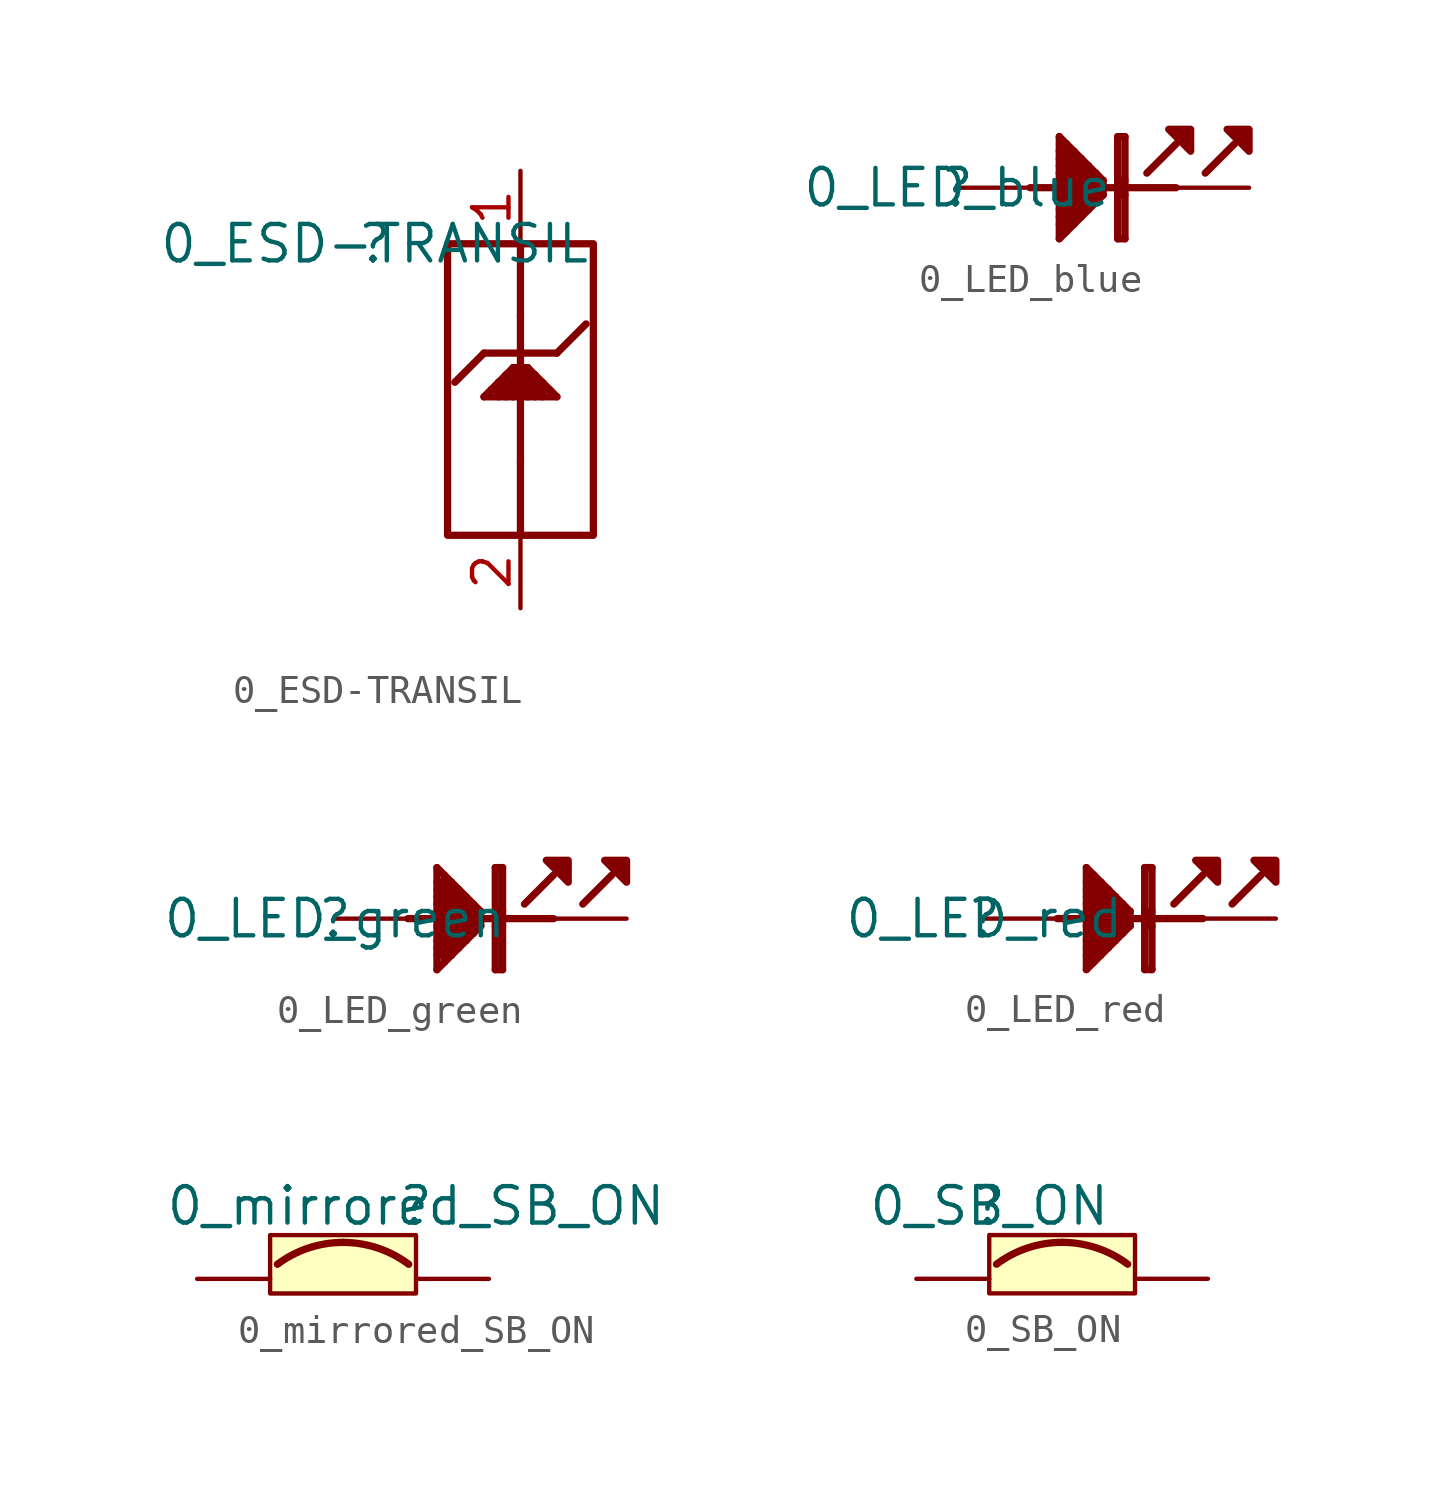
<source format=kicad_sym>
(kicad_symbol_lib
  (version 20211014)
  (generator kicad_symbol_editor)
  (symbol "0_ESD-TRANSIL"
    (property "Reference" ""
      (at 0 0 0)
      (effects (font (size 1.27 1.27))))
    (property "Value" "0_ESD-TRANSIL"
      (at 0 0 0)
      (effects (font (size 1.27 1.27))))
    (symbol "0_ESD-TRANSIL_1_0"
      (polyline (pts (xy 3.81 -5.334) (xy 4.826 -4.318)) (stroke (width 0.254) (type default) (color 0 0 0 0)) (fill (type none)))
      (polyline (pts (xy 3.81 -5.334) (xy 6.35 -5.334)) (stroke (width 0.254) (type default) (color 0 0 0 0)) (fill (type none)))
      (polyline (pts (xy 3.81 -3.81) (xy 2.794 -4.826)) (stroke (width 0.254) (type default) (color 0 0 0 0)) (fill (type none)))
      (polyline (pts (xy 3.81 -3.81) (xy 6.35 -3.81)) (stroke (width 0.254) (type default) (color 0 0 0 0)) (fill (type none)))
      (polyline (pts (xy 4.064 -5.08) (xy 6.096 -5.08)) (stroke (width 0.254) (type default) (color 0 0 0 0)) (fill (type none)))
      (polyline (pts (xy 4.318 -5.334) (xy 4.318 -4.826)) (stroke (width 0.254) (type default) (color 0 0 0 0)) (fill (type none)))
      (polyline (pts (xy 4.318 -4.826) (xy 5.842 -4.826)) (stroke (width 0.254) (type default) (color 0 0 0 0)) (fill (type none)))
      (polyline (pts (xy 4.572 -5.334) (xy 4.572 -4.572)) (stroke (width 0.254) (type default) (color 0 0 0 0)) (fill (type none)))
      (polyline (pts (xy 4.572 -4.572) (xy 5.588 -4.572)) (stroke (width 0.254) (type default) (color 0 0 0 0)) (fill (type none)))
      (polyline (pts (xy 4.826 -5.334) (xy 4.826 -4.318)) (stroke (width 0.254) (type default) (color 0 0 0 0)) (fill (type none)))
      (polyline (pts (xy 4.826 -4.318) (xy 5.334 -4.318)) (stroke (width 0.254) (type default) (color 0 0 0 0)) (fill (type none)))
      (polyline (pts (xy 5.08 -10.16) (xy 5.08 -7.62)) (stroke (width 0.254) (type default) (color 0 0 0 0)) (fill (type none)))
      (polyline (pts (xy 5.08 -7.62) (xy 5.08 -2.54)) (stroke (width 0.254) (type default) (color 0 0 0 0)) (fill (type none)))
      (polyline (pts (xy 5.08 -2.54) (xy 5.08 0)) (stroke (width 0.254) (type default) (color 0 0 0 0)) (fill (type none)))
      (polyline (pts (xy 5.334 -5.334) (xy 5.334 -4.318)) (stroke (width 0.254) (type default) (color 0 0 0 0)) (fill (type none)))
      (polyline (pts (xy 5.334 -4.318) (xy 6.35 -5.334)) (stroke (width 0.254) (type default) (color 0 0 0 0)) (fill (type none)))
      (polyline (pts (xy 5.588 -5.334) (xy 5.588 -4.572)) (stroke (width 0.254) (type default) (color 0 0 0 0)) (fill (type none)))
      (polyline (pts (xy 5.842 -5.334) (xy 5.842 -4.826)) (stroke (width 0.254) (type default) (color 0 0 0 0)) (fill (type none)))
      (polyline (pts (xy 6.35 -3.81) (xy 7.366 -2.794)) (stroke (width 0.254) (type default) (color 0 0 0 0)) (fill (type none)))
      (rectangle (start 7.62 0) (end 2.54 -10.16) (stroke (width 0.254) (type default) (color 0 0 0 0)) (fill (type none)))
      (pin passive line (at 5.08 2.54 270) (length 2.54) (name "IO1" (effects (font (size 0 0)))) (number "1" (effects (font (size 1.27 1.27)))))
      (pin passive line (at 5.08 -12.7 90) (length 2.54) (name "GND" (effects (font (size 0 0)))) (number "2" (effects (font (size 1.27 1.27)))))))
  (symbol "0_LED_blue"
    (property "Reference" ""
      (at 0 0 0)
      (effects (font (size 1.27 1.27))))
    (property "Value" "0_LED_blue"
      (at 0 0 0)
      (effects (font (size 1.27 1.27))))
    (symbol "0_LED_blue_1_0"
      (polyline (pts (xy 2.54 0) (xy 7.62 0)) (stroke (width 0.254) (type default) (color 0 0 0 0)) (fill (type none)))
      (polyline (pts (xy 3.556 -1.27) (xy 4.064 -1.27)) (stroke (width 0.254) (type default) (color 0 0 0 0)) (fill (type none)))
      (polyline (pts (xy 3.556 -1.016) (xy 4.318 -1.016)) (stroke (width 0.254) (type default) (color 0 0 0 0)) (fill (type none)))
      (polyline (pts (xy 3.556 -0.762) (xy 4.572 -0.762)) (stroke (width 0.254) (type default) (color 0 0 0 0)) (fill (type none)))
      (polyline (pts (xy 3.556 -0.508) (xy 4.826 -0.508)) (stroke (width 0.254) (type default) (color 0 0 0 0)) (fill (type none)))
      (polyline (pts (xy 3.556 -0.254) (xy 5.08 -0.254)) (stroke (width 0.254) (type default) (color 0 0 0 0)) (fill (type none)))
      (polyline (pts (xy 3.556 0.254) (xy 5.08 0.254)) (stroke (width 0.254) (type default) (color 0 0 0 0)) (fill (type none)))
      (polyline (pts (xy 3.556 0.508) (xy 4.826 0.508)) (stroke (width 0.254) (type default) (color 0 0 0 0)) (fill (type none)))
      (polyline (pts (xy 3.556 0.762) (xy 4.572 0.762)) (stroke (width 0.254) (type default) (color 0 0 0 0)) (fill (type none)))
      (polyline (pts (xy 3.556 1.016) (xy 4.318 1.016)) (stroke (width 0.254) (type default) (color 0 0 0 0)) (fill (type none)))
      (polyline (pts (xy 3.556 1.27) (xy 4.064 1.27)) (stroke (width 0.254) (type default) (color 0 0 0 0)) (fill (type none)))
      (polyline (pts (xy 3.556 1.778) (xy 3.556 -1.778)) (stroke (width 0.254) (type default) (color 0 0 0 0)) (fill (type none)))
      (polyline (pts (xy 3.556 1.778) (xy 5.08 0.254)) (stroke (width 0.254) (type default) (color 0 0 0 0)) (fill (type none)))
      (polyline (pts (xy 3.81 1.524) (xy 3.81 -1.524)) (stroke (width 0.254) (type default) (color 0 0 0 0)) (fill (type none)))
      (polyline (pts (xy 4.064 1.27) (xy 4.064 -1.27)) (stroke (width 0.254) (type default) (color 0 0 0 0)) (fill (type none)))
      (polyline (pts (xy 4.318 1.016) (xy 4.318 -1.016)) (stroke (width 0.254) (type default) (color 0 0 0 0)) (fill (type none)))
      (polyline (pts (xy 4.572 0.762) (xy 4.572 -0.762)) (stroke (width 0.254) (type default) (color 0 0 0 0)) (fill (type none)))
      (polyline (pts (xy 4.826 0.508) (xy 4.826 -0.508)) (stroke (width 0.254) (type default) (color 0 0 0 0)) (fill (type none)))
      (polyline (pts (xy 5.08 -0.254) (xy 3.556 -1.778)) (stroke (width 0.254) (type default) (color 0 0 0 0)) (fill (type none)))
      (polyline (pts (xy 5.08 0.254) (xy 5.08 -0.254)) (stroke (width 0.254) (type default) (color 0 0 0 0)) (fill (type none)))
      (polyline (pts (xy 5.588 -1.778) (xy 5.842 -1.778)) (stroke (width 0.254) (type default) (color 0 0 0 0)) (fill (type none)))
      (polyline (pts (xy 5.588 -0.254) (xy 5.842 -0.254)) (stroke (width 0.254) (type default) (color 0 0 0 0)) (fill (type none)))
      (polyline (pts (xy 5.588 0.254) (xy 5.842 0.254)) (stroke (width 0.254) (type default) (color 0 0 0 0)) (fill (type none)))
      (polyline (pts (xy 5.588 1.778) (xy 5.588 -1.778)) (stroke (width 0.254) (type default) (color 0 0 0 0)) (fill (type none)))
      (polyline (pts (xy 5.588 1.778) (xy 5.842 1.778)) (stroke (width 0.254) (type default) (color 0 0 0 0)) (fill (type none)))
      (polyline (pts (xy 5.842 1.778) (xy 5.842 -1.778)) (stroke (width 0.254) (type default) (color 0 0 0 0)) (fill (type none)))
      (polyline (pts (xy 6.604 0.508) (xy 7.62 1.524)) (stroke (width 0.254) (type default) (color 0 0 0 0)) (fill (type none)))
      (polyline (pts (xy 8.636 0.508) (xy 9.652 1.524)) (stroke (width 0.254) (type default) (color 0 0 0 0)) (fill (type none)))
      (polyline (pts (xy 7.366 2.032) (xy 8.128 2.032) (xy 8.128 1.27) (xy 7.366 2.032)) (stroke (width 0.254) (type default) (color 0 0 0 0)) (fill (type outline)))
      (polyline (pts (xy 9.398 2.032) (xy 10.16 2.032) (xy 10.16 1.27) (xy 9.398 2.032)) (stroke (width 0.254) (type default) (color 0 0 0 0)) (fill (type outline)))
      (pin passive line (at 0 0 0) (length 2.54) (name "" (effects (font (size 0 0)))) (number "1" (effects (font (size 0 0)))))
      (pin passive line (at 10.16 0 180) (length 2.54) (name "" (effects (font (size 0 0)))) (number "2" (effects (font (size 0 0)))))))
  (symbol "0_LED_green"
    (property "Reference" ""
      (at 0 0 0)
      (effects (font (size 1.27 1.27))))
    (property "Value" "0_LED_green"
      (at 0 0 0)
      (effects (font (size 1.27 1.27))))
    (symbol "0_LED_green_1_0"
      (polyline (pts (xy 2.54 0) (xy 7.62 0)) (stroke (width 0.254) (type default) (color 0 0 0 0)) (fill (type none)))
      (polyline (pts (xy 3.556 -1.27) (xy 4.064 -1.27)) (stroke (width 0.254) (type default) (color 0 0 0 0)) (fill (type none)))
      (polyline (pts (xy 3.556 -1.016) (xy 4.318 -1.016)) (stroke (width 0.254) (type default) (color 0 0 0 0)) (fill (type none)))
      (polyline (pts (xy 3.556 -0.762) (xy 4.572 -0.762)) (stroke (width 0.254) (type default) (color 0 0 0 0)) (fill (type none)))
      (polyline (pts (xy 3.556 -0.508) (xy 4.826 -0.508)) (stroke (width 0.254) (type default) (color 0 0 0 0)) (fill (type none)))
      (polyline (pts (xy 3.556 -0.254) (xy 5.08 -0.254)) (stroke (width 0.254) (type default) (color 0 0 0 0)) (fill (type none)))
      (polyline (pts (xy 3.556 0.254) (xy 5.08 0.254)) (stroke (width 0.254) (type default) (color 0 0 0 0)) (fill (type none)))
      (polyline (pts (xy 3.556 0.508) (xy 4.826 0.508)) (stroke (width 0.254) (type default) (color 0 0 0 0)) (fill (type none)))
      (polyline (pts (xy 3.556 0.762) (xy 4.572 0.762)) (stroke (width 0.254) (type default) (color 0 0 0 0)) (fill (type none)))
      (polyline (pts (xy 3.556 1.016) (xy 4.318 1.016)) (stroke (width 0.254) (type default) (color 0 0 0 0)) (fill (type none)))
      (polyline (pts (xy 3.556 1.27) (xy 4.064 1.27)) (stroke (width 0.254) (type default) (color 0 0 0 0)) (fill (type none)))
      (polyline (pts (xy 3.556 1.778) (xy 3.556 -1.778)) (stroke (width 0.254) (type default) (color 0 0 0 0)) (fill (type none)))
      (polyline (pts (xy 3.556 1.778) (xy 5.08 0.254)) (stroke (width 0.254) (type default) (color 0 0 0 0)) (fill (type none)))
      (polyline (pts (xy 3.81 1.524) (xy 3.81 -1.524)) (stroke (width 0.254) (type default) (color 0 0 0 0)) (fill (type none)))
      (polyline (pts (xy 4.064 1.27) (xy 4.064 -1.27)) (stroke (width 0.254) (type default) (color 0 0 0 0)) (fill (type none)))
      (polyline (pts (xy 4.318 1.016) (xy 4.318 -1.016)) (stroke (width 0.254) (type default) (color 0 0 0 0)) (fill (type none)))
      (polyline (pts (xy 4.572 0.762) (xy 4.572 -0.762)) (stroke (width 0.254) (type default) (color 0 0 0 0)) (fill (type none)))
      (polyline (pts (xy 4.826 0.508) (xy 4.826 -0.508)) (stroke (width 0.254) (type default) (color 0 0 0 0)) (fill (type none)))
      (polyline (pts (xy 5.08 -0.254) (xy 3.556 -1.778)) (stroke (width 0.254) (type default) (color 0 0 0 0)) (fill (type none)))
      (polyline (pts (xy 5.08 0.254) (xy 5.08 -0.254)) (stroke (width 0.254) (type default) (color 0 0 0 0)) (fill (type none)))
      (polyline (pts (xy 5.588 -1.778) (xy 5.842 -1.778)) (stroke (width 0.254) (type default) (color 0 0 0 0)) (fill (type none)))
      (polyline (pts (xy 5.588 -0.254) (xy 5.842 -0.254)) (stroke (width 0.254) (type default) (color 0 0 0 0)) (fill (type none)))
      (polyline (pts (xy 5.588 0.254) (xy 5.842 0.254)) (stroke (width 0.254) (type default) (color 0 0 0 0)) (fill (type none)))
      (polyline (pts (xy 5.588 1.778) (xy 5.588 -1.778)) (stroke (width 0.254) (type default) (color 0 0 0 0)) (fill (type none)))
      (polyline (pts (xy 5.588 1.778) (xy 5.842 1.778)) (stroke (width 0.254) (type default) (color 0 0 0 0)) (fill (type none)))
      (polyline (pts (xy 5.842 1.778) (xy 5.842 -1.778)) (stroke (width 0.254) (type default) (color 0 0 0 0)) (fill (type none)))
      (polyline (pts (xy 6.604 0.508) (xy 7.62 1.524)) (stroke (width 0.254) (type default) (color 0 0 0 0)) (fill (type none)))
      (polyline (pts (xy 8.636 0.508) (xy 9.652 1.524)) (stroke (width 0.254) (type default) (color 0 0 0 0)) (fill (type none)))
      (polyline (pts (xy 7.366 2.032) (xy 8.128 2.032) (xy 8.128 1.27) (xy 7.366 2.032)) (stroke (width 0.254) (type default) (color 0 0 0 0)) (fill (type outline)))
      (polyline (pts (xy 9.398 2.032) (xy 10.16 2.032) (xy 10.16 1.27) (xy 9.398 2.032)) (stroke (width 0.254) (type default) (color 0 0 0 0)) (fill (type outline)))
      (pin passive line (at 0 0 0) (length 2.54) (name "" (effects (font (size 0 0)))) (number "1" (effects (font (size 0 0)))))
      (pin passive line (at 10.16 0 180) (length 2.54) (name "" (effects (font (size 0 0)))) (number "2" (effects (font (size 0 0)))))))
  (symbol "0_LED_red"
    (property "Reference" ""
      (at 0 0 0)
      (effects (font (size 1.27 1.27))))
    (property "Value" "0_LED_red"
      (at 0 0 0)
      (effects (font (size 1.27 1.27))))
    (symbol "0_LED_red_1_0"
      (polyline (pts (xy 2.54 0) (xy 7.62 0)) (stroke (width 0.254) (type default) (color 0 0 0 0)) (fill (type none)))
      (polyline (pts (xy 3.556 -1.27) (xy 4.064 -1.27)) (stroke (width 0.254) (type default) (color 0 0 0 0)) (fill (type none)))
      (polyline (pts (xy 3.556 -1.016) (xy 4.318 -1.016)) (stroke (width 0.254) (type default) (color 0 0 0 0)) (fill (type none)))
      (polyline (pts (xy 3.556 -0.762) (xy 4.572 -0.762)) (stroke (width 0.254) (type default) (color 0 0 0 0)) (fill (type none)))
      (polyline (pts (xy 3.556 -0.508) (xy 4.826 -0.508)) (stroke (width 0.254) (type default) (color 0 0 0 0)) (fill (type none)))
      (polyline (pts (xy 3.556 -0.254) (xy 5.08 -0.254)) (stroke (width 0.254) (type default) (color 0 0 0 0)) (fill (type none)))
      (polyline (pts (xy 3.556 0.254) (xy 5.08 0.254)) (stroke (width 0.254) (type default) (color 0 0 0 0)) (fill (type none)))
      (polyline (pts (xy 3.556 0.508) (xy 4.826 0.508)) (stroke (width 0.254) (type default) (color 0 0 0 0)) (fill (type none)))
      (polyline (pts (xy 3.556 0.762) (xy 4.572 0.762)) (stroke (width 0.254) (type default) (color 0 0 0 0)) (fill (type none)))
      (polyline (pts (xy 3.556 1.016) (xy 4.318 1.016)) (stroke (width 0.254) (type default) (color 0 0 0 0)) (fill (type none)))
      (polyline (pts (xy 3.556 1.27) (xy 4.064 1.27)) (stroke (width 0.254) (type default) (color 0 0 0 0)) (fill (type none)))
      (polyline (pts (xy 3.556 1.778) (xy 3.556 -1.778)) (stroke (width 0.254) (type default) (color 0 0 0 0)) (fill (type none)))
      (polyline (pts (xy 3.556 1.778) (xy 5.08 0.254)) (stroke (width 0.254) (type default) (color 0 0 0 0)) (fill (type none)))
      (polyline (pts (xy 3.81 1.524) (xy 3.81 -1.524)) (stroke (width 0.254) (type default) (color 0 0 0 0)) (fill (type none)))
      (polyline (pts (xy 4.064 1.27) (xy 4.064 -1.27)) (stroke (width 0.254) (type default) (color 0 0 0 0)) (fill (type none)))
      (polyline (pts (xy 4.318 1.016) (xy 4.318 -1.016)) (stroke (width 0.254) (type default) (color 0 0 0 0)) (fill (type none)))
      (polyline (pts (xy 4.572 0.762) (xy 4.572 -0.762)) (stroke (width 0.254) (type default) (color 0 0 0 0)) (fill (type none)))
      (polyline (pts (xy 4.826 0.508) (xy 4.826 -0.508)) (stroke (width 0.254) (type default) (color 0 0 0 0)) (fill (type none)))
      (polyline (pts (xy 5.08 -0.254) (xy 3.556 -1.778)) (stroke (width 0.254) (type default) (color 0 0 0 0)) (fill (type none)))
      (polyline (pts (xy 5.08 0.254) (xy 5.08 -0.254)) (stroke (width 0.254) (type default) (color 0 0 0 0)) (fill (type none)))
      (polyline (pts (xy 5.588 -1.778) (xy 5.842 -1.778)) (stroke (width 0.254) (type default) (color 0 0 0 0)) (fill (type none)))
      (polyline (pts (xy 5.588 -0.254) (xy 5.842 -0.254)) (stroke (width 0.254) (type default) (color 0 0 0 0)) (fill (type none)))
      (polyline (pts (xy 5.588 0.254) (xy 5.842 0.254)) (stroke (width 0.254) (type default) (color 0 0 0 0)) (fill (type none)))
      (polyline (pts (xy 5.588 1.778) (xy 5.588 -1.778)) (stroke (width 0.254) (type default) (color 0 0 0 0)) (fill (type none)))
      (polyline (pts (xy 5.588 1.778) (xy 5.842 1.778)) (stroke (width 0.254) (type default) (color 0 0 0 0)) (fill (type none)))
      (polyline (pts (xy 5.842 1.778) (xy 5.842 -1.778)) (stroke (width 0.254) (type default) (color 0 0 0 0)) (fill (type none)))
      (polyline (pts (xy 6.604 0.508) (xy 7.62 1.524)) (stroke (width 0.254) (type default) (color 0 0 0 0)) (fill (type none)))
      (polyline (pts (xy 8.636 0.508) (xy 9.652 1.524)) (stroke (width 0.254) (type default) (color 0 0 0 0)) (fill (type none)))
      (polyline (pts (xy 7.366 2.032) (xy 8.128 2.032) (xy 8.128 1.27) (xy 7.366 2.032)) (stroke (width 0.254) (type default) (color 0 0 0 0)) (fill (type outline)))
      (polyline (pts (xy 9.398 2.032) (xy 10.16 2.032) (xy 10.16 1.27) (xy 9.398 2.032)) (stroke (width 0.254) (type default) (color 0 0 0 0)) (fill (type outline)))
      (pin passive line (at 0 0 0) (length 2.54) (name "" (effects (font (size 0 0)))) (number "1" (effects (font (size 0 0)))))
      (pin passive line (at 10.16 0 180) (length 2.54) (name "" (effects (font (size 0 0)))) (number "2" (effects (font (size 0 0)))))))
  (symbol "0_mirrored_SB_ON"
    (property "Reference" ""
      (at 0 0 0)
      (effects (font (size 1.27 1.27))))
    (property "Value" "0_mirrored_SB_ON"
      (at 0 0 0)
      (effects (font (size 1.27 1.27))))
    (symbol "0_mirrored_SB_ON_1_0"
      (arc (start -2.54 -1.27) (mid -3.7448 -1.4655) (end -4.826 -2.032) (stroke (width 0.254) (type default) (color 0 0 0 0)) (fill (type none)))
      (arc (start -0.254 -2.032) (mid -1.3352 -1.4655) (end -2.54 -1.27) (stroke (width 0.254) (type default) (color 0 0 0 0)) (fill (type none)))
      (rectangle (start 0 -1.016) (end -5.08 -3.048) (stroke (width 0) (type default) (color 0 0 0 0)) (fill (type background)))
      (pin passive line (at 2.54 -2.54 180) (length 2.54) (name "1" (effects (font (size 0 0)))) (number "1" (effects (font (size 0 0)))))
      (pin passive line (at -7.62 -2.54 0) (length 2.54) (name "2" (effects (font (size 0 0)))) (number "2" (effects (font (size 0 0)))))))
  (symbol "0_SB_ON"
    (property "Reference" ""
      (at 0 0 0)
      (effects (font (size 1.27 1.27))))
    (property "Value" "0_SB_ON"
      (at 0 0 0)
      (effects (font (size 1.27 1.27))))
    (symbol "0_SB_ON_1_0"
      (arc (start 2.54 -1.27) (mid 1.3352 -1.4655) (end 0.254 -2.032) (stroke (width 0.254) (type default) (color 0 0 0 0)) (fill (type none)))
      (arc (start 4.826 -2.032) (mid 3.7448 -1.4655) (end 2.54 -1.27) (stroke (width 0.254) (type default) (color 0 0 0 0)) (fill (type none)))
      (rectangle (start 5.08 -1.016) (end 0 -3.048) (stroke (width 0) (type default) (color 0 0 0 0)) (fill (type background)))
      (pin passive line (at -2.54 -2.54 0) (length 2.54) (name "1" (effects (font (size 0 0)))) (number "1" (effects (font (size 0 0)))))
      (pin passive line (at 7.62 -2.54 180) (length 2.54) (name "2" (effects (font (size 0 0)))) (number "2" (effects (font (size 0 0))))))))
</source>
